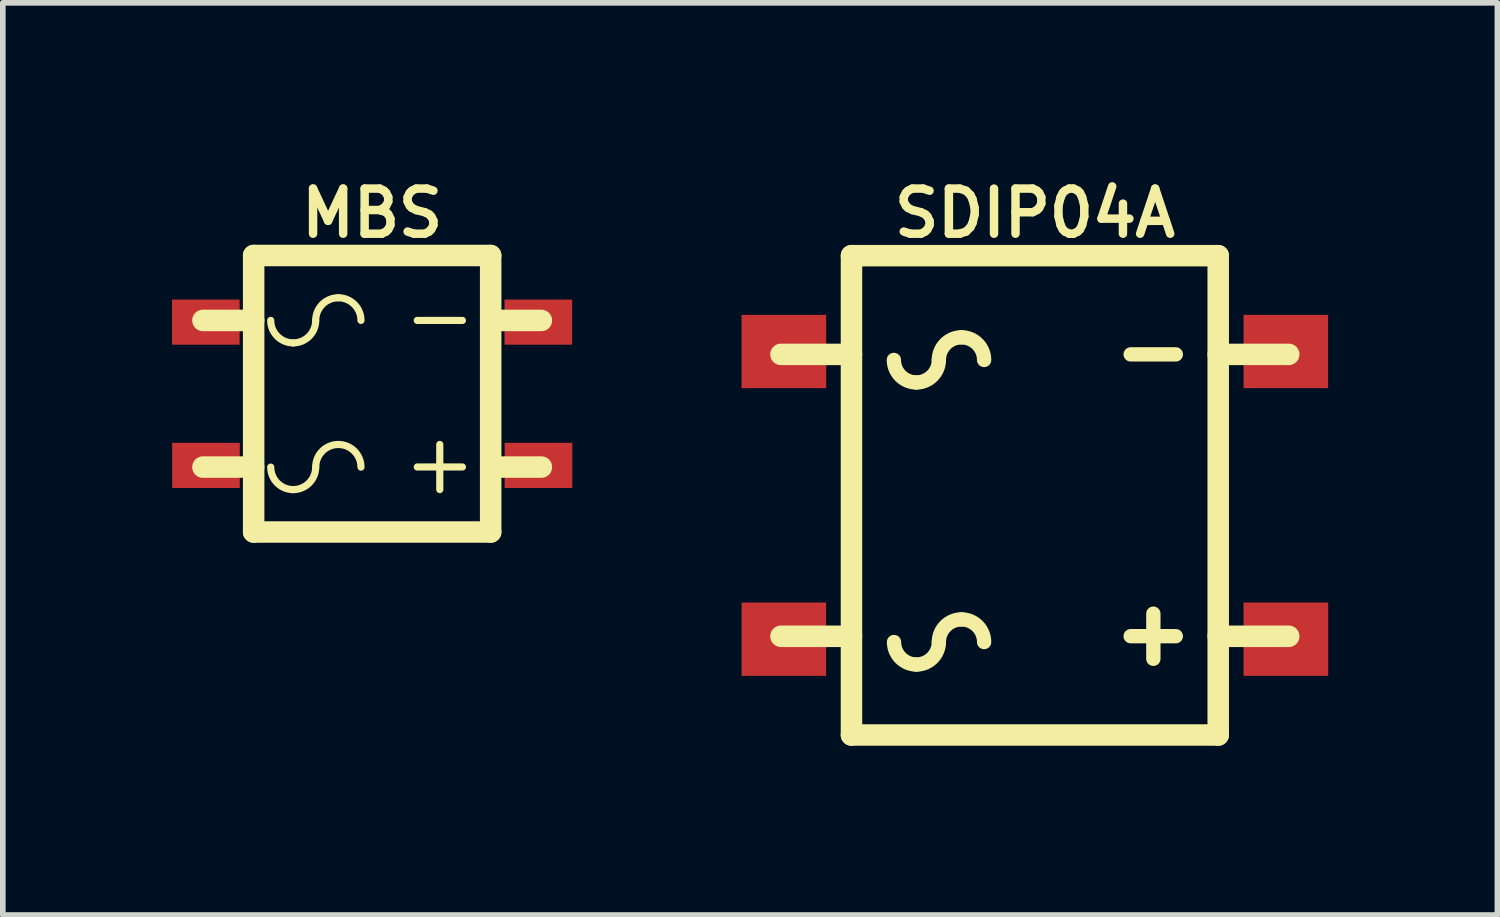
<source format=kicad_pcb>
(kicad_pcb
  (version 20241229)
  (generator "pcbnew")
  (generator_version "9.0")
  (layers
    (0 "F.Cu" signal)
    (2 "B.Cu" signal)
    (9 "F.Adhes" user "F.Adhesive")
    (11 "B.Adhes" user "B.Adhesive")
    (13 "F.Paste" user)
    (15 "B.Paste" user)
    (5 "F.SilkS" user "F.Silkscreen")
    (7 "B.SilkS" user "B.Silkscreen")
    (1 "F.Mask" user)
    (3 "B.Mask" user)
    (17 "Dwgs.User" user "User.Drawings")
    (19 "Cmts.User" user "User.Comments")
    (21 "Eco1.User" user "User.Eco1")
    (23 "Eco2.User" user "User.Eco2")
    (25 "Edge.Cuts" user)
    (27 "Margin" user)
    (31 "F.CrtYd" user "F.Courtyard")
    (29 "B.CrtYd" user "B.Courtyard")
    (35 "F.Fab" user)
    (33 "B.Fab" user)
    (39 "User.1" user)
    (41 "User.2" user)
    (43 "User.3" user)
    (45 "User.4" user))
  (footprint "MBS"
    (layer "F.Cu")
    (at 3.548 3.931)
    (property "Reference" "MBS" (at 0 -3.2 0) (layer "F.SilkS") (effects (font (size 0.8 0.8) (thickness 0.15))))
    (attr through_hole)
    (fp_line (start -2.101 -2.451) (end -2.101 2.451) (stroke (width 0.381) (type solid)) (layer "F.SilkS"))
    (fp_line (start -2.101 -1.3) (end -3 -1.3) (stroke (width 0.381) (type solid)) (layer "F.SilkS"))
    (fp_line (start -2.101 1.3) (end -3 1.3) (stroke (width 0.381) (type solid)) (layer "F.SilkS"))
    (fp_line (start -2.101 2.451) (end 2.101 2.451) (stroke (width 0.381) (type solid)) (layer "F.SilkS"))
    (fp_line (start 1.199 0.899) (end 1.199 1.699) (stroke (width 0.127) (type solid)) (layer "F.SilkS"))
    (fp_line (start 1.6 -1.3) (end 0.8 -1.3) (stroke (width 0.127) (type solid)) (layer "F.SilkS"))
    (fp_line (start 1.6 1.298) (end 0.8 1.298) (stroke (width 0.127) (type solid)) (layer "F.SilkS"))
    (fp_line (start 2.101 -2.451) (end -2.101 -2.451) (stroke (width 0.381) (type solid)) (layer "F.SilkS"))
    (fp_line (start 2.101 -1.3) (end 3 -1.3) (stroke (width 0.381) (type solid)) (layer "F.SilkS"))
    (fp_line (start 2.101 1.3) (end 3 1.3) (stroke (width 0.381) (type solid)) (layer "F.SilkS"))
    (fp_line (start 2.101 2.451) (end 2.101 -2.451) (stroke (width 0.381) (type solid)) (layer "F.SilkS"))
    (fp_arc (start -1.39954 -0.9017) (mid -1.68152 -1.0185) (end -1.79832 -1.30048) (stroke (width 0.127) (type solid)) (layer "F.SilkS"))
    (fp_arc (start -1.39954 1.69926) (mid -1.68152 1.58246) (end -1.79832 1.30048) (stroke (width 0.127) (type solid)) (layer "F.SilkS"))
    (fp_arc (start -1.00076 -1.30048) (mid -1.11756 -1.0185) (end -1.39954 -0.9017) (stroke (width 0.127) (type solid)) (layer "F.SilkS"))
    (fp_arc (start -1.00076 -1.30048) (mid -0.883216 -1.584256) (end -0.59944 -1.7018) (stroke (width 0.127) (type solid)) (layer "F.SilkS"))
    (fp_arc (start -1.00076 1.30048) (mid -1.11756 1.58246) (end -1.39954 1.69926) (stroke (width 0.127) (type solid)) (layer "F.SilkS"))
    (fp_arc (start -1.00076 1.30048) (mid -0.883216 1.016704) (end -0.59944 0.89916) (stroke (width 0.127) (type solid)) (layer "F.SilkS"))
    (fp_arc (start -0.59944 -1.7018) (mid -0.315664 -1.584256) (end -0.19812 -1.30048) (stroke (width 0.127) (type solid)) (layer "F.SilkS"))
    (fp_arc (start -0.59944 0.89916) (mid -0.315664 1.016704) (end -0.19812 1.30048) (stroke (width 0.127) (type solid)) (layer "F.SilkS"))
    (pad "1" smd rect (at 2.949 1.27) (size 1.199 0.8) (layers "F.Cu" "F.Mask" "F.Paste"))
    (pad "2" smd rect (at -2.949 -1.27) (size 1.199 0.8) (layers "F.Cu" "F.Mask" "F.Paste"))
    (pad "3" smd rect (at -2.946 1.27) (size 1.199 0.8) (layers "F.Cu" "F.Mask" "F.Paste"))
    (pad "4" smd rect (at 2.946 -1.27) (size 1.199 0.8) (layers "F.Cu" "F.Mask" "F.Paste")))
  (footprint "SDIP04A"
    (layer "F.Cu")
    (at 15.297 5.732)
    (property "Reference" "SDIP04A" (at 0 -5.001 0) (layer "F.SilkS") (effects (font (size 0.8 0.8) (thickness 0.15))))
    (attr through_hole)
    (fp_line (start -4.501 -2.499) (end -3.251 -2.499) (stroke (width 0.381) (type solid)) (layer "F.SilkS"))
    (fp_line (start -4.501 2.499) (end -3.251 2.499) (stroke (width 0.381) (type solid)) (layer "F.SilkS"))
    (fp_line (start -3.251 -4.249) (end -3.251 4.249) (stroke (width 0.381) (type solid)) (layer "F.SilkS"))
    (fp_line (start -3.251 4.249) (end 3.251 4.249) (stroke (width 0.381) (type solid)) (layer "F.SilkS"))
    (fp_line (start 2.101 2.098) (end 2.101 2.898) (stroke (width 0.254) (type solid)) (layer "F.SilkS"))
    (fp_line (start 2.499 -2.499) (end 1.699 -2.499) (stroke (width 0.254) (type solid)) (layer "F.SilkS"))
    (fp_line (start 2.499 2.497) (end 1.699 2.497) (stroke (width 0.254) (type solid)) (layer "F.SilkS"))
    (fp_line (start 3.251 -4.249) (end -3.251 -4.249) (stroke (width 0.381) (type solid)) (layer "F.SilkS"))
    (fp_line (start 3.251 4.249) (end 3.251 -4.249) (stroke (width 0.381) (type solid)) (layer "F.SilkS"))
    (fp_line (start 4.501 -2.499) (end 3.251 -2.499) (stroke (width 0.381) (type solid)) (layer "F.SilkS"))
    (fp_line (start 4.501 2.499) (end 3.251 2.499) (stroke (width 0.381) (type solid)) (layer "F.SilkS"))
    (fp_arc (start -2.10058 -2.00152) (mid -2.38256 -2.11832) (end -2.49936 -2.4003) (stroke (width 0.254) (type solid)) (layer "F.SilkS"))
    (fp_arc (start -2.09804 2.99974) (mid -2.38002 2.88294) (end -2.49682 2.60096) (stroke (width 0.254) (type solid)) (layer "F.SilkS"))
    (fp_arc (start -1.7018 -2.4003) (mid -1.8186 -2.11832) (end -2.10058 -2.00152) (stroke (width 0.254) (type solid)) (layer "F.SilkS"))
    (fp_arc (start -1.7018 -2.4003) (mid -1.584256 -2.684076) (end -1.30048 -2.80162) (stroke (width 0.254) (type solid)) (layer "F.SilkS"))
    (fp_arc (start -1.7018 2.60096) (mid -1.8186 2.88294) (end -2.10058 2.99974) (stroke (width 0.254) (type solid)) (layer "F.SilkS"))
    (fp_arc (start -1.7018 2.60096) (mid -1.584256 2.317184) (end -1.30048 2.19964) (stroke (width 0.254) (type solid)) (layer "F.SilkS"))
    (fp_arc (start -1.30048 -2.80162) (mid -1.016704 -2.684076) (end -0.89916 -2.4003) (stroke (width 0.254) (type solid)) (layer "F.SilkS"))
    (fp_arc (start -1.30048 2.19964) (mid -1.016704 2.317184) (end -0.89916 2.60096) (stroke (width 0.254) (type solid)) (layer "F.SilkS"))
    (pad "1" smd rect (at 4.45 2.55) (size 1.501 1.3) (layers "F.Cu" "F.Mask" "F.Paste"))
    (pad "2" smd rect (at -4.45 -2.55) (size 1.501 1.3) (layers "F.Cu" "F.Mask" "F.Paste"))
    (pad "3" smd rect (at -4.45 2.55) (size 1.499 1.3) (layers "F.Cu" "F.Mask" "F.Paste"))
    (pad "4" smd rect (at 4.45 -2.55) (size 1.499 1.3) (layers "F.Cu" "F.Mask" "F.Paste")))
  (gr_rect
    (start -3 -3)
    (end 23.498 13.172)
    (stroke (width 0.1) (type default))
    (fill no)
    (layer "Edge.Cuts")))
</source>
